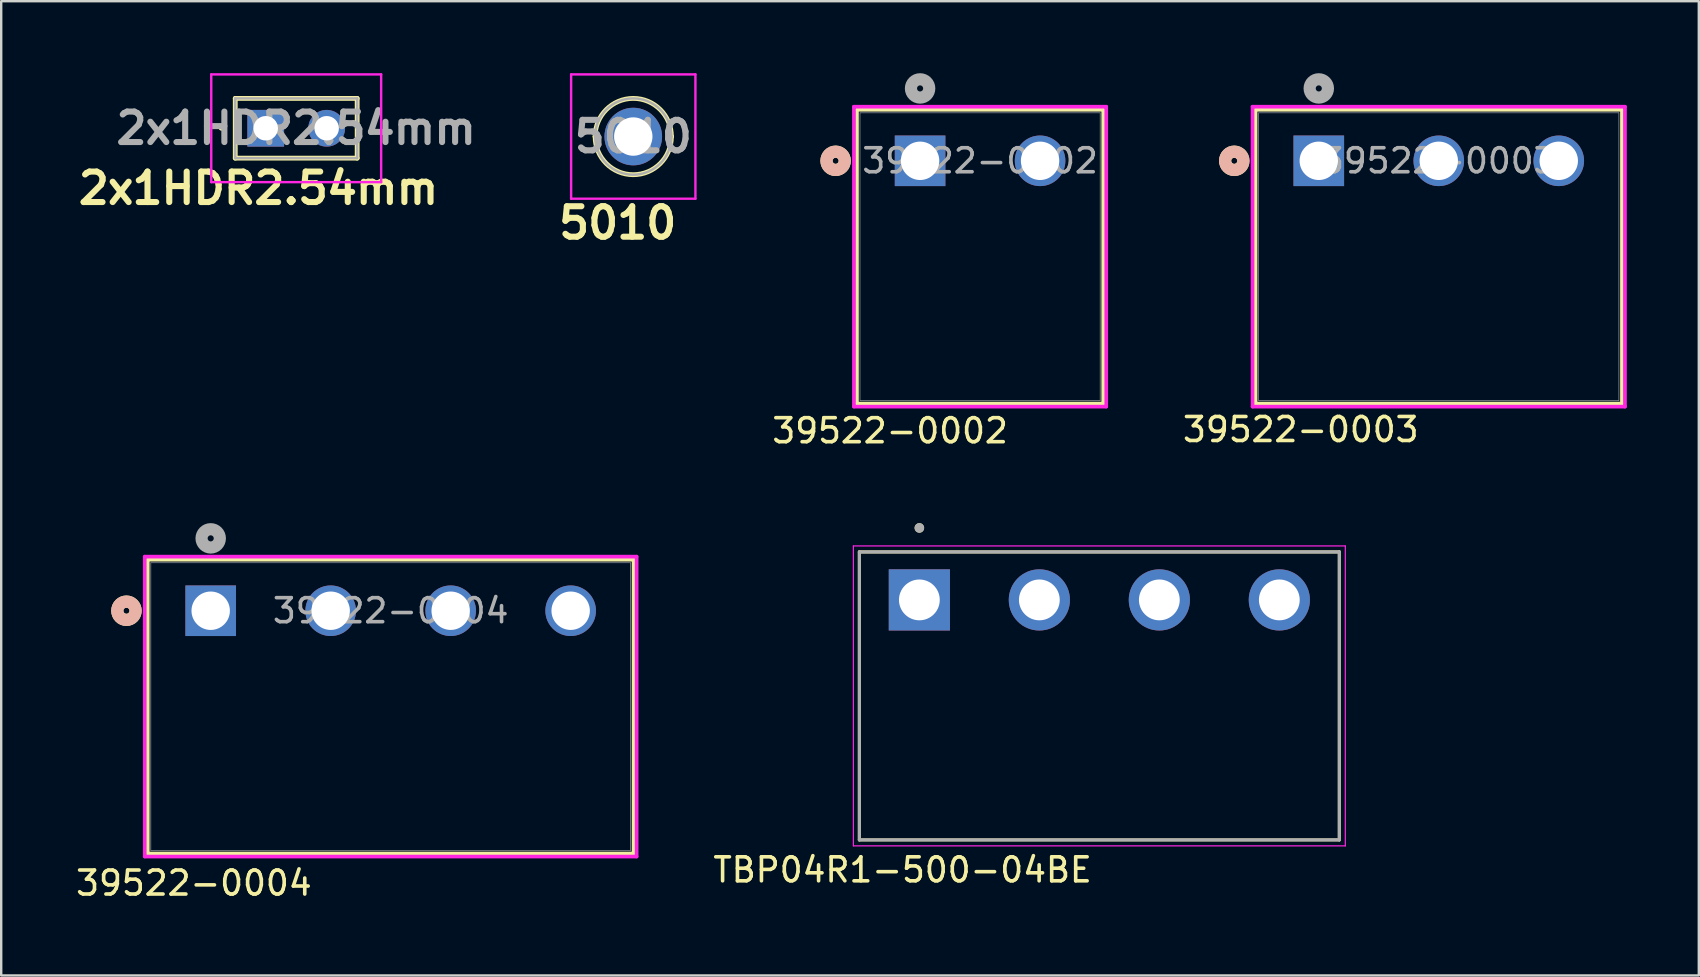
<source format=kicad_pcb>
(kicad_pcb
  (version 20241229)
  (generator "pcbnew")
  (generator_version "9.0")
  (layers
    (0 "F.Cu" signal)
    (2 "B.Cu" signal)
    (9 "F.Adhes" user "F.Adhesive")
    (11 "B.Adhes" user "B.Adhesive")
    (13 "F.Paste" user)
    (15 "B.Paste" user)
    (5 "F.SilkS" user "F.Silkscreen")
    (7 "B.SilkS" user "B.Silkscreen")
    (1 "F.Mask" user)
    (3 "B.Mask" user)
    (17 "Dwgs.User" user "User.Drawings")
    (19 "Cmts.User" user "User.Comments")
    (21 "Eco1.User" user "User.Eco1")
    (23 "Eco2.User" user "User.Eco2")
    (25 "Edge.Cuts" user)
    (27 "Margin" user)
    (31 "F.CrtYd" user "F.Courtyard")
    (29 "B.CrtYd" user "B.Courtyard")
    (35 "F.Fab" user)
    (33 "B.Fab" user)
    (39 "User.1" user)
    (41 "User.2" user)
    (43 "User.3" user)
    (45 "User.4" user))
  (footprint "39522-0002"
    (layer "F.Cu")
    (at 35.291 3.651)
    (property "Reference" "39522-0002" (at -1.25 11.25 0) (unlocked yes) (layer "F.SilkS") (effects (font (size 1 1) (thickness 0.15))))
    (attr through_hole)
    (fp_line (start -2.631 -2.127) (end -2.631 10.116) (stroke (width 0.152) (type solid)) (layer "F.SilkS"))
    (fp_line (start -2.631 10.116) (end 7.631 10.116) (stroke (width 0.152) (type solid)) (layer "F.SilkS"))
    (fp_line (start 7.631 -2.127) (end -2.631 -2.127) (stroke (width 0.152) (type solid)) (layer "F.SilkS"))
    (fp_line (start 7.631 10.116) (end 7.631 -2.127) (stroke (width 0.152) (type solid)) (layer "F.SilkS"))
    (fp_circle (center -3.52 0) (end -3.139 0) (stroke (width 0.508) (type solid)) (fill no) (layer "F.SilkS"))
    (fp_circle (center -3.52 0) (end -3.139 0) (stroke (width 0.508) (type solid)) (fill no) (layer "B.SilkS"))
    (fp_line (start -2.758 -2.254) (end -2.758 10.243) (stroke (width 0.152) (type solid)) (layer "F.CrtYd"))
    (fp_line (start -2.758 10.243) (end 7.758 10.243) (stroke (width 0.152) (type solid)) (layer "F.CrtYd"))
    (fp_line (start 7.758 -2.254) (end -2.758 -2.254) (stroke (width 0.152) (type solid)) (layer "F.CrtYd"))
    (fp_line (start 7.758 10.243) (end 7.758 -2.254) (stroke (width 0.152) (type solid)) (layer "F.CrtYd"))
    (fp_line (start -2.504 -2) (end -2.504 9.989) (stroke (width 0.025) (type solid)) (layer "F.Fab"))
    (fp_line (start -2.504 9.989) (end 7.504 9.989) (stroke (width 0.025) (type solid)) (layer "F.Fab"))
    (fp_line (start 7.504 -2) (end -2.504 -2) (stroke (width 0.025) (type solid)) (layer "F.Fab"))
    (fp_line (start 7.504 9.989) (end 7.504 -2) (stroke (width 0.025) (type solid)) (layer "F.Fab"))
    (fp_circle (center 0 -3.016) (end 0.381 -3.016) (stroke (width 0.508) (type solid)) (fill no) (layer "F.Fab"))
    (fp_text user "${REFERENCE}" (at 2.5 0 0) (unlocked yes) (layer "F.Fab") (effects (font (size 1 1) (thickness 0.15))))
    (pad "1" thru_hole rect (at 0 0) (size 2.108 2.108) (drill 1.6) (layers "*.Cu" "*.Mask"))
    (pad "2" thru_hole circle (at 5 0) (size 2.108 2.108) (drill 1.6) (layers "*.Cu" "*.Mask")))
  (footprint "39522-0003"
    (layer "F.Cu")
    (at 51.905 3.651)
    (property "Reference" "39522-0003" (at -0.75 11.2 0) (unlocked yes) (layer "F.SilkS") (effects (font (size 1 1) (thickness 0.15))))
    (attr through_hole)
    (fp_line (start -2.633 -2.127) (end -2.633 10.116) (stroke (width 0.152) (type solid)) (layer "F.SilkS"))
    (fp_line (start -2.633 10.116) (end 12.633 10.116) (stroke (width 0.152) (type solid)) (layer "F.SilkS"))
    (fp_line (start 12.633 -2.127) (end -2.633 -2.127) (stroke (width 0.152) (type solid)) (layer "F.SilkS"))
    (fp_line (start 12.633 10.116) (end 12.633 -2.127) (stroke (width 0.152) (type solid)) (layer "F.SilkS"))
    (fp_circle (center -3.522 0) (end -3.141 0) (stroke (width 0.508) (type solid)) (fill no) (layer "F.SilkS"))
    (fp_circle (center -3.522 0) (end -3.141 0) (stroke (width 0.508) (type solid)) (fill no) (layer "B.SilkS"))
    (fp_line (start -2.76 -2.254) (end -2.76 10.243) (stroke (width 0.152) (type solid)) (layer "F.CrtYd"))
    (fp_line (start -2.76 10.243) (end 12.76 10.243) (stroke (width 0.152) (type solid)) (layer "F.CrtYd"))
    (fp_line (start 12.76 -2.254) (end -2.76 -2.254) (stroke (width 0.152) (type solid)) (layer "F.CrtYd"))
    (fp_line (start 12.76 10.243) (end 12.76 -2.254) (stroke (width 0.152) (type solid)) (layer "F.CrtYd"))
    (fp_line (start -2.506 -2) (end -2.506 9.989) (stroke (width 0.025) (type solid)) (layer "F.Fab"))
    (fp_line (start -2.506 9.989) (end 12.506 9.989) (stroke (width 0.025) (type solid)) (layer "F.Fab"))
    (fp_line (start 12.506 -2) (end -2.506 -2) (stroke (width 0.025) (type solid)) (layer "F.Fab"))
    (fp_line (start 12.506 9.989) (end 12.506 -2) (stroke (width 0.025) (type solid)) (layer "F.Fab"))
    (fp_circle (center 0 -3.016) (end 0.381 -3.016) (stroke (width 0.508) (type solid)) (fill no) (layer "F.Fab"))
    (fp_text user "${REFERENCE}" (at 5 0 0) (unlocked yes) (layer "F.Fab") (effects (font (size 1 1) (thickness 0.15))))
    (pad "1" thru_hole rect (at 0 0) (size 2.108 2.108) (drill 1.6) (layers "*.Cu" "*.Mask"))
    (pad "2" thru_hole circle (at 5 0) (size 2.108 2.108) (drill 1.6) (layers "*.Cu" "*.Mask"))
    (pad "3" thru_hole circle (at 10 0) (size 2.108 2.108) (drill 1.6) (layers "*.Cu" "*.Mask")))
  (footprint "2x1HDR2.54mm"
    (layer "F.Cu")
    (at 8.023 2.295)
    (property "Reference" "2x1HDR2.54mm" (at -0.3 2.5 0) (layer "F.SilkS") (effects (font (size 1.27 1.27) (thickness 0.254))))
    (attr through_hole)
    (fp_line (start -1.9 0) (end -1.9 0) (stroke (width 0.1) (type solid)) (layer "F.SilkS"))
    (fp_line (start -1.8 0) (end -1.8 0) (stroke (width 0.1) (type solid)) (layer "F.SilkS"))
    (fp_line (start -1.27 -1.245) (end 3.81 -1.245) (stroke (width 0.2) (type solid)) (layer "F.SilkS"))
    (fp_line (start -1.27 1.245) (end -1.27 -1.245) (stroke (width 0.2) (type solid)) (layer "F.SilkS"))
    (fp_line (start 3.81 -1.245) (end 3.81 1.245) (stroke (width 0.2) (type solid)) (layer "F.SilkS"))
    (fp_line (start 3.81 1.245) (end -1.27 1.245) (stroke (width 0.2) (type solid)) (layer "F.SilkS"))
    (fp_arc (start -1.9 0) (mid -1.85 -0.05) (end -1.8 0) (stroke (width 0.1) (type solid)) (layer "F.SilkS"))
    (fp_arc (start -1.8 0) (mid -1.85 0.05) (end -1.9 0) (stroke (width 0.1) (type solid)) (layer "F.SilkS"))
    (fp_line (start -2.27 -2.245) (end 4.81 -2.245) (stroke (width 0.1) (type solid)) (layer "F.CrtYd"))
    (fp_line (start -2.27 2.245) (end -2.27 -2.245) (stroke (width 0.1) (type solid)) (layer "F.CrtYd"))
    (fp_line (start 4.81 -2.245) (end 4.81 2.245) (stroke (width 0.1) (type solid)) (layer "F.CrtYd"))
    (fp_line (start 4.81 2.245) (end -2.27 2.245) (stroke (width 0.1) (type solid)) (layer "F.CrtYd"))
    (fp_line (start -1.27 -1.245) (end 3.81 -1.245) (stroke (width 0.1) (type solid)) (layer "F.Fab"))
    (fp_line (start -1.27 1.245) (end -1.27 -1.245) (stroke (width 0.1) (type solid)) (layer "F.Fab"))
    (fp_line (start 3.81 -1.245) (end 3.81 1.245) (stroke (width 0.1) (type solid)) (layer "F.Fab"))
    (fp_line (start 3.81 1.245) (end -1.27 1.245) (stroke (width 0.1) (type solid)) (layer "F.Fab"))
    (fp_text user "${REFERENCE}" (at 1.27 0 0) (layer "F.Fab") (effects (font (size 1.27 1.27) (thickness 0.254))))
    (pad "1" thru_hole rect (at 0 0) (size 1.53 1.53) (drill 1.02) (layers "*.Cu" "*.Mask"))
    (pad "2" thru_hole circle (at 2.54 0) (size 1.53 1.53) (drill 1.02) (layers "*.Cu" "*.Mask")))
  (footprint "TBP04R1-500-04BE"
    (layer "F.Cu")
    (at 35.261 21.949)
    (property "Reference" "TBP04R1-500-04BE" (at -0.7 11.25 0) (layer "F.SilkS") (effects (font (size 1 1) (thickness 0.15))))
    (attr through_hole)
    (fp_line (start -2.5 -2) (end 17.5 -2) (stroke (width 0.127) (type solid)) (layer "F.SilkS"))
    (fp_line (start -2.5 10) (end -2.5 -2) (stroke (width 0.127) (type solid)) (layer "F.SilkS"))
    (fp_line (start 17.5 -2) (end 17.5 10) (stroke (width 0.127) (type solid)) (layer "F.SilkS"))
    (fp_line (start 17.5 10) (end -2.5 10) (stroke (width 0.127) (type solid)) (layer "F.SilkS"))
    (fp_circle (center 0 -3) (end 0.1 -3) (stroke (width 0.2) (type solid)) (fill no) (layer "F.SilkS"))
    (fp_line (start -2.75 -2.25) (end 17.75 -2.25) (stroke (width 0.05) (type solid)) (layer "F.CrtYd"))
    (fp_line (start -2.75 10.25) (end -2.75 -2.25) (stroke (width 0.05) (type solid)) (layer "F.CrtYd"))
    (fp_line (start 17.75 -2.25) (end 17.75 10.25) (stroke (width 0.05) (type solid)) (layer "F.CrtYd"))
    (fp_line (start 17.75 10.25) (end -2.75 10.25) (stroke (width 0.05) (type solid)) (layer "F.CrtYd"))
    (fp_line (start -2.5 -2) (end 17.5 -2) (stroke (width 0.127) (type solid)) (layer "F.Fab"))
    (fp_line (start -2.5 10) (end -2.5 -2) (stroke (width 0.127) (type solid)) (layer "F.Fab"))
    (fp_line (start 17.5 -2) (end 17.5 10) (stroke (width 0.127) (type solid)) (layer "F.Fab"))
    (fp_line (start 17.5 10) (end -2.5 10) (stroke (width 0.127) (type solid)) (layer "F.Fab"))
    (fp_circle (center 0 -3) (end 0.1 -3) (stroke (width 0.2) (type solid)) (fill no) (layer "F.Fab"))
    (pad "1" thru_hole rect (at 0 0) (size 2.55 2.55) (drill 1.7) (layers "*.Cu" "*.Mask"))
    (pad "2" thru_hole circle (at 5 0) (size 2.55 2.55) (drill 1.7) (layers "*.Cu" "*.Mask"))
    (pad "3" thru_hole circle (at 10 0) (size 2.55 2.55) (drill 1.7) (layers "*.Cu" "*.Mask"))
    (pad "4" thru_hole circle (at 15 0) (size 2.55 2.55) (drill 1.7) (layers "*.Cu" "*.Mask")))
  (footprint "5010"
    (layer "F.Cu")
    (at 23.339 2.64)
    (property "Reference" "5010" (at -0.65 3.6 0) (layer "F.SilkS") (effects (font (size 1.27 1.27) (thickness 0.254))))
    (attr through_hole)
    (fp_line (start -1.59 0) (end -1.59 0) (stroke (width 0.2) (type solid)) (layer "F.SilkS"))
    (fp_line (start 1.59 0) (end 1.59 0) (stroke (width 0.2) (type solid)) (layer "F.SilkS"))
    (fp_arc (start -1.59 0) (mid 0 -1.59) (end 1.59 0) (stroke (width 0.2) (type solid)) (layer "F.SilkS"))
    (fp_arc (start 1.59 0) (mid 0 1.59) (end -1.59 0) (stroke (width 0.2) (type solid)) (layer "F.SilkS"))
    (fp_line (start -2.59 -2.59) (end 2.59 -2.59) (stroke (width 0.1) (type solid)) (layer "F.CrtYd"))
    (fp_line (start -2.59 2.59) (end -2.59 -2.59) (stroke (width 0.1) (type solid)) (layer "F.CrtYd"))
    (fp_line (start 2.59 -2.59) (end 2.59 2.59) (stroke (width 0.1) (type solid)) (layer "F.CrtYd"))
    (fp_line (start 2.59 2.59) (end -2.59 2.59) (stroke (width 0.1) (type solid)) (layer "F.CrtYd"))
    (fp_line (start -1.59 0) (end -1.59 0) (stroke (width 0.1) (type solid)) (layer "F.Fab"))
    (fp_line (start 1.59 0) (end 1.59 0) (stroke (width 0.1) (type solid)) (layer "F.Fab"))
    (fp_arc (start -1.59 0) (mid 0 -1.59) (end 1.59 0) (stroke (width 0.1) (type solid)) (layer "F.Fab"))
    (fp_arc (start 1.59 0) (mid 0 1.59) (end -1.59 0) (stroke (width 0.1) (type solid)) (layer "F.Fab"))
    (fp_text user "${REFERENCE}" (at 0 0 0) (layer "F.Fab") (effects (font (size 1.27 1.27) (thickness 0.254))))
    (pad "1" thru_hole circle (at 0 0) (size 2.4 2.4) (drill 1.6) (layers "*.Cu" "*.Mask")))
  (footprint "39522-0004"
    (layer "F.Cu")
    (at 5.73 22.4)
    (property "Reference" "39522-0004" (at -0.7 11.35 0) (unlocked yes) (layer "F.SilkS") (effects (font (size 1 1) (thickness 0.15))))
    (attr through_hole)
    (fp_line (start -2.622 -2.127) (end -2.622 10.116) (stroke (width 0.152) (type solid)) (layer "F.SilkS"))
    (fp_line (start -2.622 10.116) (end 17.622 10.116) (stroke (width 0.152) (type solid)) (layer "F.SilkS"))
    (fp_line (start 17.622 -2.127) (end -2.622 -2.127) (stroke (width 0.152) (type solid)) (layer "F.SilkS"))
    (fp_line (start 17.622 10.116) (end 17.622 -2.127) (stroke (width 0.152) (type solid)) (layer "F.SilkS"))
    (fp_circle (center -3.511 0) (end -3.13 0) (stroke (width 0.508) (type solid)) (fill no) (layer "F.SilkS"))
    (fp_circle (center -3.511 0) (end -3.13 0) (stroke (width 0.508) (type solid)) (fill no) (layer "B.SilkS"))
    (fp_line (start -2.749 -2.254) (end -2.749 10.243) (stroke (width 0.152) (type solid)) (layer "F.CrtYd"))
    (fp_line (start -2.749 10.243) (end 17.749 10.243) (stroke (width 0.152) (type solid)) (layer "F.CrtYd"))
    (fp_line (start 17.749 -2.254) (end -2.749 -2.254) (stroke (width 0.152) (type solid)) (layer "F.CrtYd"))
    (fp_line (start 17.749 10.243) (end 17.749 -2.254) (stroke (width 0.152) (type solid)) (layer "F.CrtYd"))
    (fp_line (start -2.495 -2) (end -2.495 9.989) (stroke (width 0.025) (type solid)) (layer "F.Fab"))
    (fp_line (start -2.495 9.989) (end 17.495 9.989) (stroke (width 0.025) (type solid)) (layer "F.Fab"))
    (fp_line (start 17.495 -2) (end -2.495 -2) (stroke (width 0.025) (type solid)) (layer "F.Fab"))
    (fp_line (start 17.495 9.989) (end 17.495 -2) (stroke (width 0.025) (type solid)) (layer "F.Fab"))
    (fp_circle (center 0 -3.016) (end 0.381 -3.016) (stroke (width 0.508) (type solid)) (fill no) (layer "F.Fab"))
    (fp_text user "${REFERENCE}" (at 7.5 0 0) (unlocked yes) (layer "F.Fab") (effects (font (size 1 1) (thickness 0.15))))
    (pad "1" thru_hole rect (at 0 0) (size 2.108 2.108) (drill 1.6) (layers "*.Cu" "*.Mask"))
    (pad "2" thru_hole circle (at 5 0) (size 2.108 2.108) (drill 1.6) (layers "*.Cu" "*.Mask"))
    (pad "3" thru_hole circle (at 10 0) (size 2.108 2.108) (drill 1.6) (layers "*.Cu" "*.Mask"))
    (pad "4" thru_hole circle (at 15 0) (size 2.108 2.108) (drill 1.6) (layers "*.Cu" "*.Mask")))
  (gr_rect
    (start -3 -3)
    (end 67.741 37.599)
    (stroke (width 0.1) (type default))
    (fill no)
    (layer "Edge.Cuts")))
</source>
